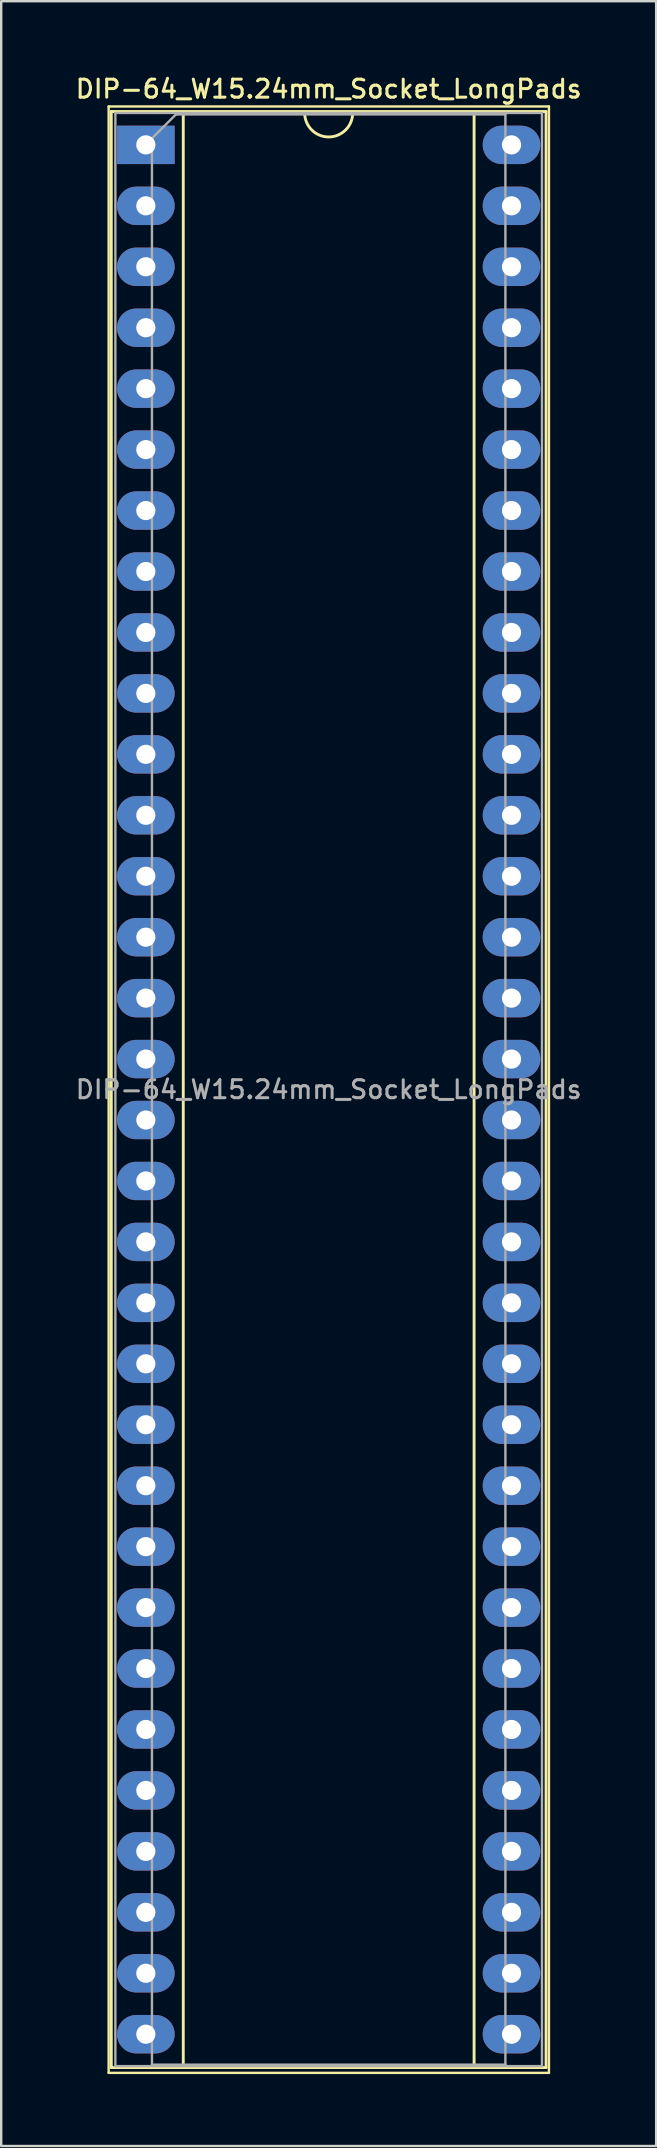
<source format=kicad_pcb>
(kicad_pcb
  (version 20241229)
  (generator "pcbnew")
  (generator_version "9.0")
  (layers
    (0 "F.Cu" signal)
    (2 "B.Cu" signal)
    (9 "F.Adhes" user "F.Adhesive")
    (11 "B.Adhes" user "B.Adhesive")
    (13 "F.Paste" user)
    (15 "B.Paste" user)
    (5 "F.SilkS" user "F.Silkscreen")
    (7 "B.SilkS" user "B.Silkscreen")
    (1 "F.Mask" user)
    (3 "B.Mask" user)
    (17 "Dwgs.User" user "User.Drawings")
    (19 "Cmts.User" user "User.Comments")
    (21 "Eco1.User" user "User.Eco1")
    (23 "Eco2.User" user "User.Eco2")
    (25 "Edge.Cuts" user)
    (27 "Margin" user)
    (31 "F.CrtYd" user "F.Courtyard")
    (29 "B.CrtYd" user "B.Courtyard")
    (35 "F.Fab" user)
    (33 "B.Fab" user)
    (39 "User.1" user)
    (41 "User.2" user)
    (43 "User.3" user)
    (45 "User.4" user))
  (footprint "DIP-64_W15.24mm_Socket_LongPads"
    (layer "F.Cu")
    (at 3.028 2.988)
    (property "Reference" "DIP-64_W15.24mm_Socket_LongPads" (at 7.62 -2.33 0) (layer "F.SilkS") (effects (font (size 0.75 0.75) (thickness 0.125))))
    (attr through_hole)
    (fp_line (start -1.55 -1.6) (end -1.55 80.35) (stroke (width 0.1) (type solid)) (layer "F.SilkS"))
    (fp_line (start -1.55 80.35) (end 16.8 80.35) (stroke (width 0.1) (type solid)) (layer "F.SilkS"))
    (fp_line (start -1.44 -1.39) (end -1.44 80.13) (stroke (width 0.12) (type solid)) (layer "F.SilkS"))
    (fp_line (start -1.44 80.13) (end 16.68 80.13) (stroke (width 0.12) (type solid)) (layer "F.SilkS"))
    (fp_line (start 1.56 -1.33) (end 1.56 80.07) (stroke (width 0.12) (type solid)) (layer "F.SilkS"))
    (fp_line (start 1.56 80.07) (end 13.68 80.07) (stroke (width 0.12) (type solid)) (layer "F.SilkS"))
    (fp_line (start 6.62 -1.33) (end 1.56 -1.33) (stroke (width 0.12) (type solid)) (layer "F.SilkS"))
    (fp_line (start 13.68 -1.33) (end 8.62 -1.33) (stroke (width 0.12) (type solid)) (layer "F.SilkS"))
    (fp_line (start 13.68 80.07) (end 13.68 -1.33) (stroke (width 0.12) (type solid)) (layer "F.SilkS"))
    (fp_line (start 16.68 -1.39) (end -1.44 -1.39) (stroke (width 0.12) (type solid)) (layer "F.SilkS"))
    (fp_line (start 16.68 80.13) (end 16.68 -1.39) (stroke (width 0.12) (type solid)) (layer "F.SilkS"))
    (fp_line (start 16.8 -1.6) (end -1.55 -1.6) (stroke (width 0.1) (type solid)) (layer "F.SilkS"))
    (fp_line (start 16.8 80.35) (end 16.8 -1.6) (stroke (width 0.1) (type solid)) (layer "F.SilkS"))
    (fp_arc (start 8.62 -1.33) (mid 7.62 -0.33) (end 6.62 -1.33) (stroke (width 0.12) (type solid)) (layer "F.SilkS"))
    (fp_line (start -1.27 -1.33) (end -1.27 80.07) (stroke (width 0.1) (type solid)) (layer "F.Fab"))
    (fp_line (start -1.27 80.07) (end 16.51 80.07) (stroke (width 0.1) (type solid)) (layer "F.Fab"))
    (fp_line (start 0.255 -0.27) (end 1.255 -1.27) (stroke (width 0.1) (type solid)) (layer "F.Fab"))
    (fp_line (start 0.255 80.01) (end 0.255 -0.27) (stroke (width 0.1) (type solid)) (layer "F.Fab"))
    (fp_line (start 1.255 -1.27) (end 14.985 -1.27) (stroke (width 0.1) (type solid)) (layer "F.Fab"))
    (fp_line (start 14.985 -1.27) (end 14.985 80.01) (stroke (width 0.1) (type solid)) (layer "F.Fab"))
    (fp_line (start 14.985 80.01) (end 0.255 80.01) (stroke (width 0.1) (type solid)) (layer "F.Fab"))
    (fp_line (start 16.51 -1.33) (end -1.27 -1.33) (stroke (width 0.1) (type solid)) (layer "F.Fab"))
    (fp_line (start 16.51 80.07) (end 16.51 -1.33) (stroke (width 0.1) (type solid)) (layer "F.Fab"))
    (fp_text user "${REFERENCE}" (at 7.62 39.37 0) (layer "F.Fab") (effects (font (size 0.75 0.75) (thickness 0.125))))
    (pad "1" thru_hole rect (at 0 0) (size 2.4 1.6) (drill 0.8) (layers "*.Cu" "*.Mask"))
    (pad "2" thru_hole oval (at 0 2.54) (size 2.4 1.6) (drill 0.8) (layers "*.Cu" "*.Mask"))
    (pad "3" thru_hole oval (at 0 5.08) (size 2.4 1.6) (drill 0.8) (layers "*.Cu" "*.Mask"))
    (pad "4" thru_hole oval (at 0 7.62) (size 2.4 1.6) (drill 0.8) (layers "*.Cu" "*.Mask"))
    (pad "5" thru_hole oval (at 0 10.16) (size 2.4 1.6) (drill 0.8) (layers "*.Cu" "*.Mask"))
    (pad "6" thru_hole oval (at 0 12.7) (size 2.4 1.6) (drill 0.8) (layers "*.Cu" "*.Mask"))
    (pad "7" thru_hole oval (at 0 15.24) (size 2.4 1.6) (drill 0.8) (layers "*.Cu" "*.Mask"))
    (pad "8" thru_hole oval (at 0 17.78) (size 2.4 1.6) (drill 0.8) (layers "*.Cu" "*.Mask"))
    (pad "9" thru_hole oval (at 0 20.32) (size 2.4 1.6) (drill 0.8) (layers "*.Cu" "*.Mask"))
    (pad "10" thru_hole oval (at 0 22.86) (size 2.4 1.6) (drill 0.8) (layers "*.Cu" "*.Mask"))
    (pad "11" thru_hole oval (at 0 25.4) (size 2.4 1.6) (drill 0.8) (layers "*.Cu" "*.Mask"))
    (pad "12" thru_hole oval (at 0 27.94) (size 2.4 1.6) (drill 0.8) (layers "*.Cu" "*.Mask"))
    (pad "13" thru_hole oval (at 0 30.48) (size 2.4 1.6) (drill 0.8) (layers "*.Cu" "*.Mask"))
    (pad "14" thru_hole oval (at 0 33.02) (size 2.4 1.6) (drill 0.8) (layers "*.Cu" "*.Mask"))
    (pad "15" thru_hole oval (at 0 35.56) (size 2.4 1.6) (drill 0.8) (layers "*.Cu" "*.Mask"))
    (pad "16" thru_hole oval (at 0 38.1) (size 2.4 1.6) (drill 0.8) (layers "*.Cu" "*.Mask"))
    (pad "17" thru_hole oval (at 0 40.64) (size 2.4 1.6) (drill 0.8) (layers "*.Cu" "*.Mask"))
    (pad "18" thru_hole oval (at 0 43.18) (size 2.4 1.6) (drill 0.8) (layers "*.Cu" "*.Mask"))
    (pad "19" thru_hole oval (at 0 45.72) (size 2.4 1.6) (drill 0.8) (layers "*.Cu" "*.Mask"))
    (pad "20" thru_hole oval (at 0 48.26) (size 2.4 1.6) (drill 0.8) (layers "*.Cu" "*.Mask"))
    (pad "21" thru_hole oval (at 0 50.8) (size 2.4 1.6) (drill 0.8) (layers "*.Cu" "*.Mask"))
    (pad "22" thru_hole oval (at 0 53.34) (size 2.4 1.6) (drill 0.8) (layers "*.Cu" "*.Mask"))
    (pad "23" thru_hole oval (at 0 55.88) (size 2.4 1.6) (drill 0.8) (layers "*.Cu" "*.Mask"))
    (pad "24" thru_hole oval (at 0 58.42) (size 2.4 1.6) (drill 0.8) (layers "*.Cu" "*.Mask"))
    (pad "25" thru_hole oval (at 0 60.96) (size 2.4 1.6) (drill 0.8) (layers "*.Cu" "*.Mask"))
    (pad "26" thru_hole oval (at 0 63.5) (size 2.4 1.6) (drill 0.8) (layers "*.Cu" "*.Mask"))
    (pad "27" thru_hole oval (at 0 66.04) (size 2.4 1.6) (drill 0.8) (layers "*.Cu" "*.Mask"))
    (pad "28" thru_hole oval (at 0 68.58) (size 2.4 1.6) (drill 0.8) (layers "*.Cu" "*.Mask"))
    (pad "29" thru_hole oval (at 0 71.12) (size 2.4 1.6) (drill 0.8) (layers "*.Cu" "*.Mask"))
    (pad "30" thru_hole oval (at 0 73.66) (size 2.4 1.6) (drill 0.8) (layers "*.Cu" "*.Mask"))
    (pad "31" thru_hole oval (at 0 76.2) (size 2.4 1.6) (drill 0.8) (layers "*.Cu" "*.Mask"))
    (pad "32" thru_hole oval (at 0 78.74) (size 2.4 1.6) (drill 0.8) (layers "*.Cu" "*.Mask"))
    (pad "33" thru_hole oval (at 15.24 78.74) (size 2.4 1.6) (drill 0.8) (layers "*.Cu" "*.Mask"))
    (pad "34" thru_hole oval (at 15.24 76.2) (size 2.4 1.6) (drill 0.8) (layers "*.Cu" "*.Mask"))
    (pad "35" thru_hole oval (at 15.24 73.66) (size 2.4 1.6) (drill 0.8) (layers "*.Cu" "*.Mask"))
    (pad "36" thru_hole oval (at 15.24 71.12) (size 2.4 1.6) (drill 0.8) (layers "*.Cu" "*.Mask"))
    (pad "37" thru_hole oval (at 15.24 68.58) (size 2.4 1.6) (drill 0.8) (layers "*.Cu" "*.Mask"))
    (pad "38" thru_hole oval (at 15.24 66.04) (size 2.4 1.6) (drill 0.8) (layers "*.Cu" "*.Mask"))
    (pad "39" thru_hole oval (at 15.24 63.5) (size 2.4 1.6) (drill 0.8) (layers "*.Cu" "*.Mask"))
    (pad "40" thru_hole oval (at 15.24 60.96) (size 2.4 1.6) (drill 0.8) (layers "*.Cu" "*.Mask"))
    (pad "41" thru_hole oval (at 15.24 58.42) (size 2.4 1.6) (drill 0.8) (layers "*.Cu" "*.Mask"))
    (pad "42" thru_hole oval (at 15.24 55.88) (size 2.4 1.6) (drill 0.8) (layers "*.Cu" "*.Mask"))
    (pad "43" thru_hole oval (at 15.24 53.34) (size 2.4 1.6) (drill 0.8) (layers "*.Cu" "*.Mask"))
    (pad "44" thru_hole oval (at 15.24 50.8) (size 2.4 1.6) (drill 0.8) (layers "*.Cu" "*.Mask"))
    (pad "45" thru_hole oval (at 15.24 48.26) (size 2.4 1.6) (drill 0.8) (layers "*.Cu" "*.Mask"))
    (pad "46" thru_hole oval (at 15.24 45.72) (size 2.4 1.6) (drill 0.8) (layers "*.Cu" "*.Mask"))
    (pad "47" thru_hole oval (at 15.24 43.18) (size 2.4 1.6) (drill 0.8) (layers "*.Cu" "*.Mask"))
    (pad "48" thru_hole oval (at 15.24 40.64) (size 2.4 1.6) (drill 0.8) (layers "*.Cu" "*.Mask"))
    (pad "49" thru_hole oval (at 15.24 38.1) (size 2.4 1.6) (drill 0.8) (layers "*.Cu" "*.Mask"))
    (pad "50" thru_hole oval (at 15.24 35.56) (size 2.4 1.6) (drill 0.8) (layers "*.Cu" "*.Mask"))
    (pad "51" thru_hole oval (at 15.24 33.02) (size 2.4 1.6) (drill 0.8) (layers "*.Cu" "*.Mask"))
    (pad "52" thru_hole oval (at 15.24 30.48) (size 2.4 1.6) (drill 0.8) (layers "*.Cu" "*.Mask"))
    (pad "53" thru_hole oval (at 15.24 27.94) (size 2.4 1.6) (drill 0.8) (layers "*.Cu" "*.Mask"))
    (pad "54" thru_hole oval (at 15.24 25.4) (size 2.4 1.6) (drill 0.8) (layers "*.Cu" "*.Mask"))
    (pad "55" thru_hole oval (at 15.24 22.86) (size 2.4 1.6) (drill 0.8) (layers "*.Cu" "*.Mask"))
    (pad "56" thru_hole oval (at 15.24 20.32) (size 2.4 1.6) (drill 0.8) (layers "*.Cu" "*.Mask"))
    (pad "57" thru_hole oval (at 15.24 17.78) (size 2.4 1.6) (drill 0.8) (layers "*.Cu" "*.Mask"))
    (pad "58" thru_hole oval (at 15.24 15.24) (size 2.4 1.6) (drill 0.8) (layers "*.Cu" "*.Mask"))
    (pad "59" thru_hole oval (at 15.24 12.7) (size 2.4 1.6) (drill 0.8) (layers "*.Cu" "*.Mask"))
    (pad "60" thru_hole oval (at 15.24 10.16) (size 2.4 1.6) (drill 0.8) (layers "*.Cu" "*.Mask"))
    (pad "61" thru_hole oval (at 15.24 7.62) (size 2.4 1.6) (drill 0.8) (layers "*.Cu" "*.Mask"))
    (pad "62" thru_hole oval (at 15.24 5.08) (size 2.4 1.6) (drill 0.8) (layers "*.Cu" "*.Mask"))
    (pad "63" thru_hole oval (at 15.24 2.54) (size 2.4 1.6) (drill 0.8) (layers "*.Cu" "*.Mask"))
    (pad "64" thru_hole oval (at 15.24 0) (size 2.4 1.6) (drill 0.8) (layers "*.Cu" "*.Mask")))
  (gr_rect
    (start -3 -3)
    (end 24.296 86.388)
    (stroke (width 0.1) (type default))
    (fill no)
    (layer "Edge.Cuts")))
</source>
